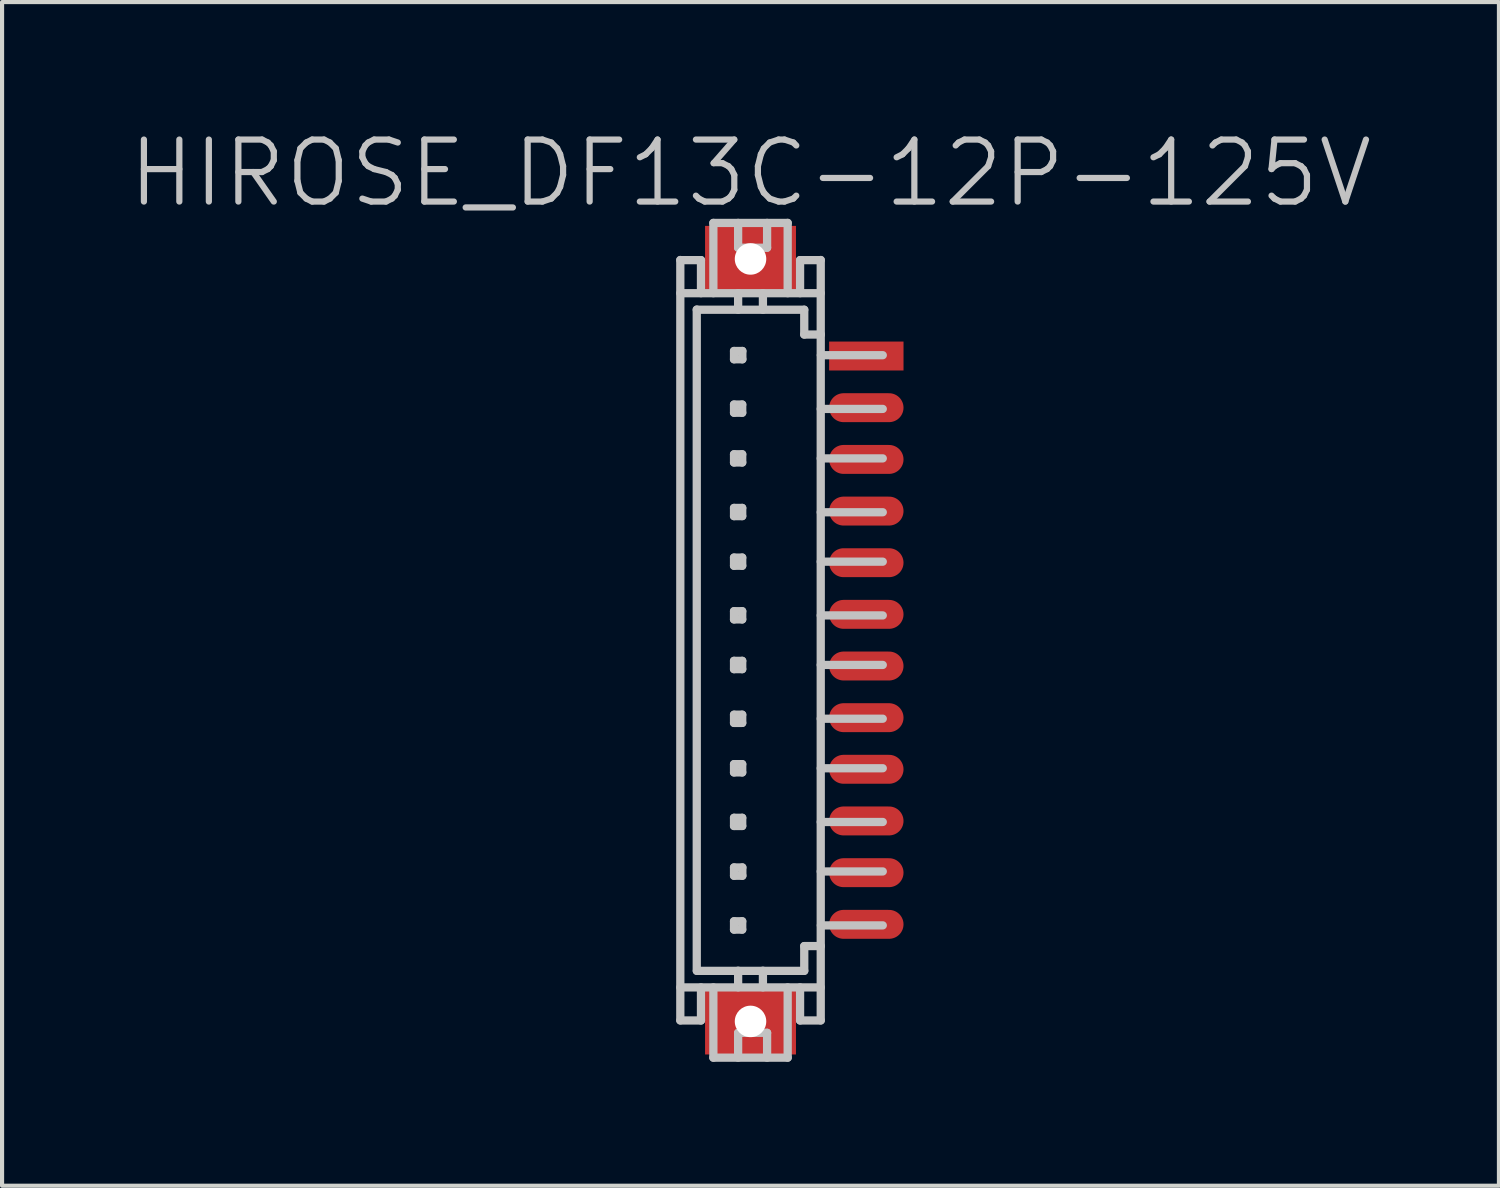
<source format=kicad_pcb>
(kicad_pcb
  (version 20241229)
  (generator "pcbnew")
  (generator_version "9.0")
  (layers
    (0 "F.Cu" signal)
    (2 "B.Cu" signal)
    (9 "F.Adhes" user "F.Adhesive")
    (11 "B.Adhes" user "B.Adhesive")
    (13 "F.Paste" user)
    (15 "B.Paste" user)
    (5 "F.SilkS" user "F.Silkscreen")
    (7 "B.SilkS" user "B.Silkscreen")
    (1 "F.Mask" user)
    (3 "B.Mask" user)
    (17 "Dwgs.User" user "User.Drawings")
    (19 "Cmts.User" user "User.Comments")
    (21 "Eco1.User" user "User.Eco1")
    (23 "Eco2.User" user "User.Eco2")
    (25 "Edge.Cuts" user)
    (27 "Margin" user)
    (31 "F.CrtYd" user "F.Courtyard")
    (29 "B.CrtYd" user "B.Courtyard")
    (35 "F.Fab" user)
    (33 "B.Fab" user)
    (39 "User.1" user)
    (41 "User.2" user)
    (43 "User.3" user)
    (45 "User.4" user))
  (footprint "HIROSE_DF13C-12P-125V"
    (layer "F.Cu")
    (at 15.111 12.441)
    (property "Reference" "HIROSE_DF13C-12P-125V" (at 0 -11.3 180) (layer "Dwgs.User") (effects (font (size 1.5 1.5) (thickness 0.15))))
    (attr smd)
    (fp_line (start -1.699 -9.197) (end -1.199 -9.197) (stroke (width 0.2) (type solid)) (layer "Dwgs.User"))
    (fp_line (start -1.699 9.2) (end -1.699 -9.2) (stroke (width 0.2) (type solid)) (layer "Dwgs.User"))
    (fp_line (start -1.699 9.202) (end -1.199 9.202) (stroke (width 0.2) (type solid)) (layer "Dwgs.User"))
    (fp_line (start -1.301 -8.001) (end -1.301 8.001) (stroke (width 0.2) (type solid)) (layer "Dwgs.User"))
    (fp_line (start -1.301 -7.996) (end 1.3 -7.996) (stroke (width 0.2) (type solid)) (layer "Dwgs.User"))
    (fp_line (start -1.298 8.001) (end 1.3 8.001) (stroke (width 0.2) (type solid)) (layer "Dwgs.User"))
    (fp_line (start -1.199 -8.397) (end -1.199 -9.197) (stroke (width 0.2) (type solid)) (layer "Dwgs.User"))
    (fp_line (start -1.199 9.202) (end -1.199 8.402) (stroke (width 0.2) (type solid)) (layer "Dwgs.User"))
    (fp_line (start -0.899 -10.097) (end -0.899 -8.397) (stroke (width 0.2) (type solid)) (layer "Dwgs.User"))
    (fp_line (start -0.899 -10.097) (end 0.899 -10.097) (stroke (width 0.2) (type solid)) (layer "Dwgs.User"))
    (fp_line (start -0.899 10.102) (end -0.899 8.402) (stroke (width 0.2) (type solid)) (layer "Dwgs.User"))
    (fp_line (start -0.399 -6.998) (end -0.399 -6.797) (stroke (width 0.2) (type solid)) (layer "Dwgs.User"))
    (fp_line (start -0.399 -6.797) (end -0.198 -6.797) (stroke (width 0.2) (type solid)) (layer "Dwgs.User"))
    (fp_line (start -0.399 -5.702) (end -0.201 -5.702) (stroke (width 0.2) (type solid)) (layer "Dwgs.User"))
    (fp_line (start -0.399 -5.504) (end -0.399 -5.702) (stroke (width 0.2) (type solid)) (layer "Dwgs.User"))
    (fp_line (start -0.399 -4.498) (end -0.201 -4.498) (stroke (width 0.2) (type solid)) (layer "Dwgs.User"))
    (fp_line (start -0.399 -4.3) (end -0.399 -4.498) (stroke (width 0.2) (type solid)) (layer "Dwgs.User"))
    (fp_line (start -0.399 -3.2) (end -0.201 -3.2) (stroke (width 0.2) (type solid)) (layer "Dwgs.User"))
    (fp_line (start -0.399 -3.002) (end -0.399 -3.2) (stroke (width 0.2) (type solid)) (layer "Dwgs.User"))
    (fp_line (start -0.399 -1.999) (end -0.201 -1.999) (stroke (width 0.2) (type solid)) (layer "Dwgs.User"))
    (fp_line (start -0.399 -1.801) (end -0.399 -1.999) (stroke (width 0.2) (type solid)) (layer "Dwgs.User"))
    (fp_line (start -0.399 -0.701) (end -0.201 -0.701) (stroke (width 0.2) (type solid)) (layer "Dwgs.User"))
    (fp_line (start -0.399 -0.503) (end -0.399 -0.701) (stroke (width 0.2) (type solid)) (layer "Dwgs.User"))
    (fp_line (start -0.399 0.5) (end -0.201 0.5) (stroke (width 0.2) (type solid)) (layer "Dwgs.User"))
    (fp_line (start -0.399 0.701) (end -0.399 0.5) (stroke (width 0.2) (type solid)) (layer "Dwgs.User"))
    (fp_line (start -0.399 1.803) (end -0.201 1.803) (stroke (width 0.2) (type solid)) (layer "Dwgs.User"))
    (fp_line (start -0.399 2.002) (end -0.399 1.803) (stroke (width 0.2) (type solid)) (layer "Dwgs.User"))
    (fp_line (start -0.399 3) (end -0.201 3) (stroke (width 0.2) (type solid)) (layer "Dwgs.User"))
    (fp_line (start -0.399 3.2) (end -0.399 3) (stroke (width 0.2) (type solid)) (layer "Dwgs.User"))
    (fp_line (start -0.399 4.298) (end -0.201 4.298) (stroke (width 0.2) (type solid)) (layer "Dwgs.User"))
    (fp_line (start -0.399 4.496) (end -0.399 4.298) (stroke (width 0.2) (type solid)) (layer "Dwgs.User"))
    (fp_line (start -0.399 5.499) (end -0.198 5.499) (stroke (width 0.2) (type solid)) (layer "Dwgs.User"))
    (fp_line (start -0.399 5.7) (end -0.399 5.499) (stroke (width 0.2) (type solid)) (layer "Dwgs.User"))
    (fp_line (start -0.399 6.802) (end -0.201 6.802) (stroke (width 0.2) (type solid)) (layer "Dwgs.User"))
    (fp_line (start -0.399 7.003) (end -0.399 6.802) (stroke (width 0.2) (type solid)) (layer "Dwgs.User"))
    (fp_line (start -0.3 -9.497) (end -0.3 -10.097) (stroke (width 0.2) (type solid)) (layer "Dwgs.User"))
    (fp_line (start -0.3 -8.397) (end -0.3 -7.996) (stroke (width 0.2) (type solid)) (layer "Dwgs.User"))
    (fp_line (start -0.3 7.998) (end -0.3 8.4) (stroke (width 0.2) (type solid)) (layer "Dwgs.User"))
    (fp_line (start -0.3 9.502) (end -0.3 10.102) (stroke (width 0.2) (type solid)) (layer "Dwgs.User"))
    (fp_line (start -0.201 -5.702) (end -0.201 -5.504) (stroke (width 0.2) (type solid)) (layer "Dwgs.User"))
    (fp_line (start -0.201 -5.504) (end -0.399 -5.504) (stroke (width 0.2) (type solid)) (layer "Dwgs.User"))
    (fp_line (start -0.201 -4.498) (end -0.201 -4.3) (stroke (width 0.2) (type solid)) (layer "Dwgs.User"))
    (fp_line (start -0.201 -4.3) (end -0.399 -4.3) (stroke (width 0.2) (type solid)) (layer "Dwgs.User"))
    (fp_line (start -0.201 -3.2) (end -0.201 -3.002) (stroke (width 0.2) (type solid)) (layer "Dwgs.User"))
    (fp_line (start -0.201 -3.002) (end -0.399 -3.002) (stroke (width 0.2) (type solid)) (layer "Dwgs.User"))
    (fp_line (start -0.201 -1.999) (end -0.201 -1.801) (stroke (width 0.2) (type solid)) (layer "Dwgs.User"))
    (fp_line (start -0.201 -1.801) (end -0.399 -1.801) (stroke (width 0.2) (type solid)) (layer "Dwgs.User"))
    (fp_line (start -0.201 -0.701) (end -0.201 -0.503) (stroke (width 0.2) (type solid)) (layer "Dwgs.User"))
    (fp_line (start -0.201 -0.503) (end -0.399 -0.503) (stroke (width 0.2) (type solid)) (layer "Dwgs.User"))
    (fp_line (start -0.201 0.5) (end -0.201 0.701) (stroke (width 0.2) (type solid)) (layer "Dwgs.User"))
    (fp_line (start -0.201 0.701) (end -0.399 0.701) (stroke (width 0.2) (type solid)) (layer "Dwgs.User"))
    (fp_line (start -0.201 1.803) (end -0.201 2.002) (stroke (width 0.2) (type solid)) (layer "Dwgs.User"))
    (fp_line (start -0.201 2.002) (end -0.399 2.002) (stroke (width 0.2) (type solid)) (layer "Dwgs.User"))
    (fp_line (start -0.201 3) (end -0.201 3.2) (stroke (width 0.2) (type solid)) (layer "Dwgs.User"))
    (fp_line (start -0.201 3.2) (end -0.399 3.2) (stroke (width 0.2) (type solid)) (layer "Dwgs.User"))
    (fp_line (start -0.201 4.298) (end -0.201 4.496) (stroke (width 0.2) (type solid)) (layer "Dwgs.User"))
    (fp_line (start -0.201 4.496) (end -0.399 4.496) (stroke (width 0.2) (type solid)) (layer "Dwgs.User"))
    (fp_line (start -0.201 6.802) (end -0.201 7.003) (stroke (width 0.2) (type solid)) (layer "Dwgs.User"))
    (fp_line (start -0.201 7.003) (end -0.399 7.003) (stroke (width 0.2) (type solid)) (layer "Dwgs.User"))
    (fp_line (start -0.198 -6.998) (end -0.399 -6.998) (stroke (width 0.2) (type solid)) (layer "Dwgs.User"))
    (fp_line (start -0.198 -6.797) (end -0.198 -6.998) (stroke (width 0.2) (type solid)) (layer "Dwgs.User"))
    (fp_line (start -0.198 5.499) (end -0.198 5.7) (stroke (width 0.2) (type solid)) (layer "Dwgs.User"))
    (fp_line (start -0.198 5.7) (end -0.399 5.7) (stroke (width 0.2) (type solid)) (layer "Dwgs.User"))
    (fp_line (start 0.3 -8.397) (end 0.3 -7.996) (stroke (width 0.2) (type solid)) (layer "Dwgs.User"))
    (fp_line (start 0.3 8.4) (end 0.3 7.998) (stroke (width 0.2) (type solid)) (layer "Dwgs.User"))
    (fp_line (start 0.401 -10.097) (end 0.401 -9.497) (stroke (width 0.2) (type solid)) (layer "Dwgs.User"))
    (fp_line (start 0.401 -9.497) (end -0.3 -9.497) (stroke (width 0.2) (type solid)) (layer "Dwgs.User"))
    (fp_line (start 0.401 9.5) (end -0.3 9.5) (stroke (width 0.2) (type solid)) (layer "Dwgs.User"))
    (fp_line (start 0.401 9.502) (end 0.401 10.102) (stroke (width 0.2) (type solid)) (layer "Dwgs.User"))
    (fp_line (start 0.899 -10.097) (end 0.899 -8.397) (stroke (width 0.2) (type solid)) (layer "Dwgs.User"))
    (fp_line (start 0.899 10.102) (end -0.899 10.102) (stroke (width 0.2) (type solid)) (layer "Dwgs.User"))
    (fp_line (start 0.899 10.102) (end 0.899 8.402) (stroke (width 0.2) (type solid)) (layer "Dwgs.User"))
    (fp_line (start 1.199 -9.197) (end 1.699 -9.197) (stroke (width 0.2) (type solid)) (layer "Dwgs.User"))
    (fp_line (start 1.199 -8.397) (end 1.199 -9.197) (stroke (width 0.2) (type solid)) (layer "Dwgs.User"))
    (fp_line (start 1.199 9.202) (end 1.199 8.402) (stroke (width 0.2) (type solid)) (layer "Dwgs.User"))
    (fp_line (start 1.199 9.202) (end 1.699 9.202) (stroke (width 0.2) (type solid)) (layer "Dwgs.User"))
    (fp_line (start 1.3 -7.996) (end 1.3 -7.396) (stroke (width 0.2) (type solid)) (layer "Dwgs.User"))
    (fp_line (start 1.3 7.402) (end 1.702 7.402) (stroke (width 0.2) (type solid)) (layer "Dwgs.User"))
    (fp_line (start 1.3 8.001) (end 1.3 7.402) (stroke (width 0.2) (type solid)) (layer "Dwgs.User"))
    (fp_line (start 1.699 -8.397) (end -1.699 -8.397) (stroke (width 0.2) (type solid)) (layer "Dwgs.User"))
    (fp_line (start 1.699 -5.596) (end 3.2 -5.596) (stroke (width 0.2) (type solid)) (layer "Dwgs.User"))
    (fp_line (start 1.699 -3.096) (end 3.2 -3.096) (stroke (width 0.2) (type solid)) (layer "Dwgs.User"))
    (fp_line (start 1.699 -1.9) (end 3.2 -1.9) (stroke (width 0.2) (type solid)) (layer "Dwgs.User"))
    (fp_line (start 1.699 0.599) (end 3.2 0.599) (stroke (width 0.2) (type solid)) (layer "Dwgs.User"))
    (fp_line (start 1.699 4.399) (end 3.2 4.399) (stroke (width 0.2) (type solid)) (layer "Dwgs.User"))
    (fp_line (start 1.699 5.596) (end 3.2 5.596) (stroke (width 0.2) (type solid)) (layer "Dwgs.User"))
    (fp_line (start 1.699 8.402) (end -1.699 8.402) (stroke (width 0.2) (type solid)) (layer "Dwgs.User"))
    (fp_line (start 1.699 9.2) (end 1.699 -9.2) (stroke (width 0.2) (type solid)) (layer "Dwgs.User"))
    (fp_line (start 1.702 -7.396) (end 1.3 -7.396) (stroke (width 0.2) (type solid)) (layer "Dwgs.User"))
    (fp_line (start 1.702 -6.896) (end 3.2 -6.896) (stroke (width 0.2) (type solid)) (layer "Dwgs.User"))
    (fp_line (start 1.702 6.901) (end 3.2 6.901) (stroke (width 0.2) (type solid)) (layer "Dwgs.User"))
    (fp_line (start 3.2 -4.399) (end 1.699 -4.399) (stroke (width 0.2) (type solid)) (layer "Dwgs.User"))
    (fp_line (start 3.2 -0.599) (end 1.699 -0.599) (stroke (width 0.2) (type solid)) (layer "Dwgs.User"))
    (fp_line (start 3.2 1.9) (end 1.699 1.9) (stroke (width 0.2) (type solid)) (layer "Dwgs.User"))
    (fp_line (start 3.2 3.099) (end 1.699 3.099) (stroke (width 0.2) (type solid)) (layer "Dwgs.User"))
    (pad "" np_thru_hole rect (at -0.0001 -9.225 270) (size 1.6 2.2) (drill 0.762) (layers "F.Cu" "F.Mask" "F.Paste"))
    (pad "" np_thru_hole rect (at -0.0001 9.225 270) (size 1.6 2.2) (drill 0.762) (layers "F.Cu" "F.Mask" "F.Paste"))
    (pad "1" smd rect (at 2.802 -6.876 270) (size 0.7 1.8) (layers "F.Cu" "F.Mask" "F.Paste"))
    (pad "2" smd oval (at 2.802 -5.626 270) (size 0.7 1.8) (layers "F.Cu" "F.Mask" "F.Paste"))
    (pad "3" smd oval (at 2.802 -4.374 270) (size 0.7 1.8) (layers "F.Cu" "F.Mask" "F.Paste"))
    (pad "4" smd oval (at 2.802 -3.124 270) (size 0.7 1.8) (layers "F.Cu" "F.Mask" "F.Paste"))
    (pad "5" smd oval (at 2.802 -1.875 270) (size 0.7 1.8) (layers "F.Cu" "F.Mask" "F.Paste"))
    (pad "6" smd oval (at 2.802 -0.625 270) (size 0.7 1.8) (layers "F.Cu" "F.Mask" "F.Paste"))
    (pad "7" smd oval (at 2.802 0.625 270) (size 0.7 1.8) (layers "F.Cu" "F.Mask" "F.Paste"))
    (pad "8" smd oval (at 2.802 1.875 270) (size 0.7 1.8) (layers "F.Cu" "F.Mask" "F.Paste"))
    (pad "9" smd oval (at 2.802 3.124 270) (size 0.7 1.8) (layers "F.Cu" "F.Mask" "F.Paste"))
    (pad "10" smd oval (at 2.802 4.374 270) (size 0.7 1.8) (layers "F.Cu" "F.Mask" "F.Paste"))
    (pad "11" smd oval (at 2.802 5.626 270) (size 0.7 1.8) (layers "F.Cu" "F.Mask" "F.Paste"))
    (pad "12" smd oval (at 2.802 6.876 270) (size 0.7 1.8) (layers "F.Cu" "F.Mask" "F.Paste")))
  (gr_rect
    (start -3 -3)
    (end 33.221 25.642)
    (stroke (width 0.1) (type default))
    (fill no)
    (layer "Edge.Cuts")))
</source>
